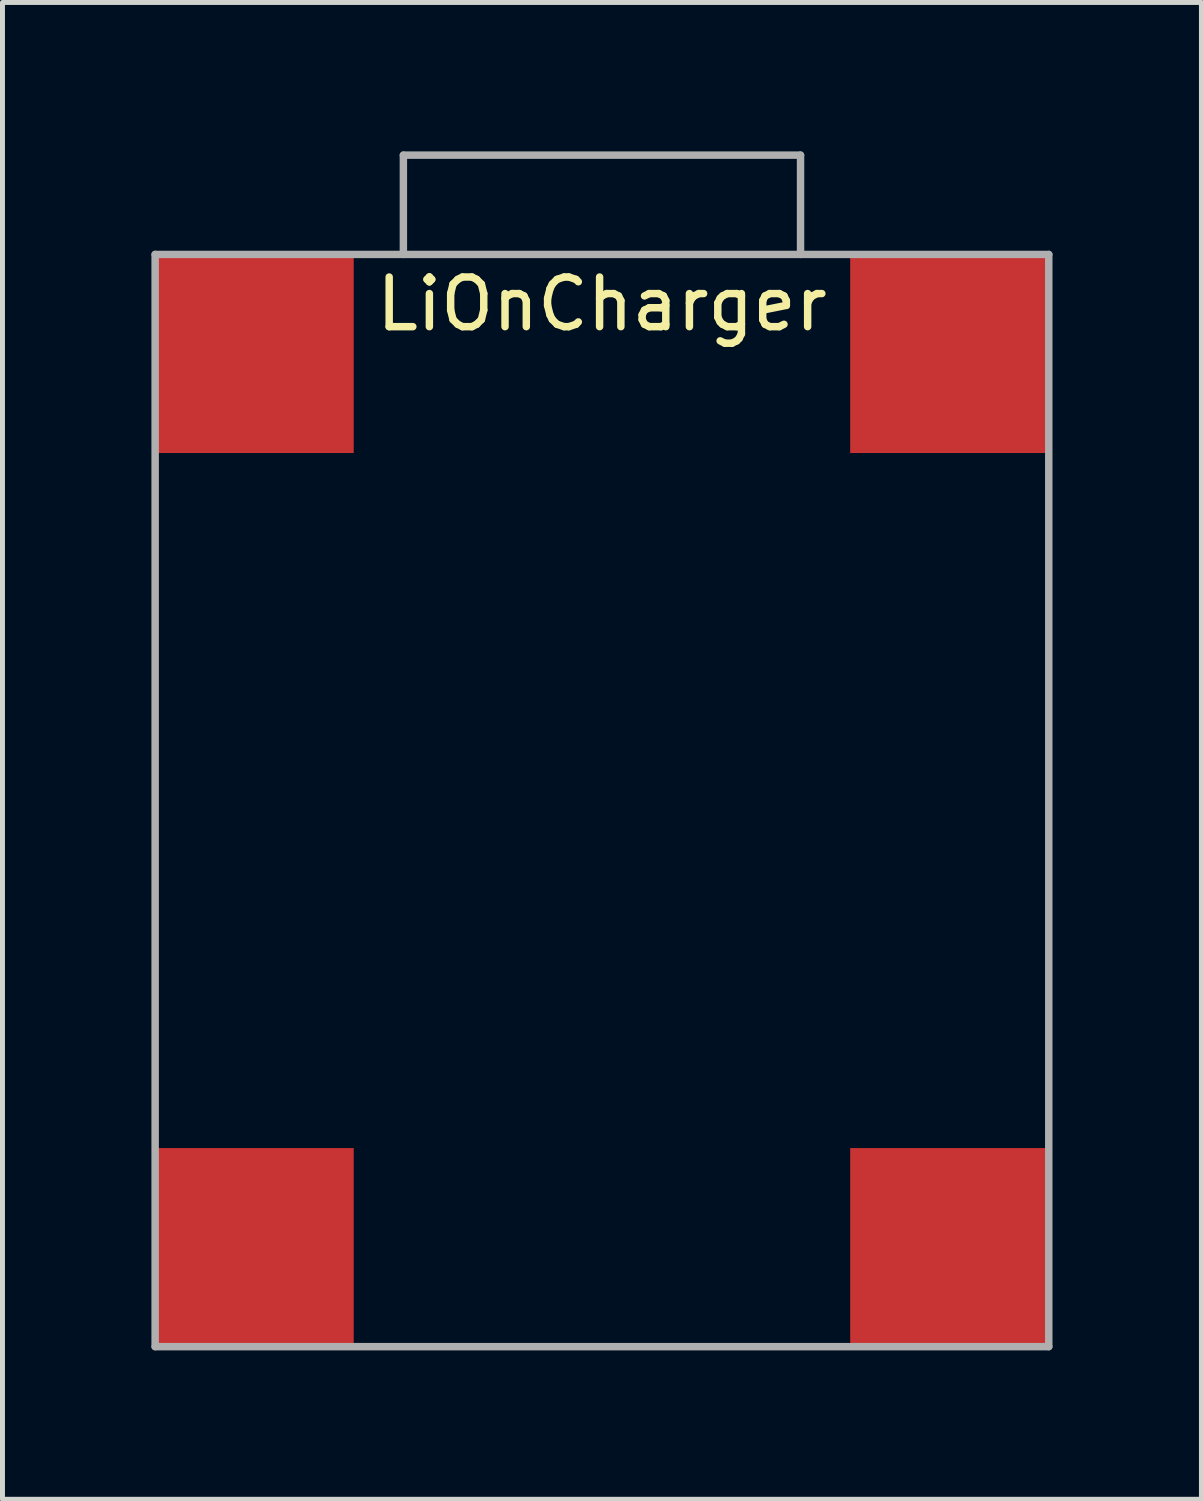
<source format=kicad_pcb>
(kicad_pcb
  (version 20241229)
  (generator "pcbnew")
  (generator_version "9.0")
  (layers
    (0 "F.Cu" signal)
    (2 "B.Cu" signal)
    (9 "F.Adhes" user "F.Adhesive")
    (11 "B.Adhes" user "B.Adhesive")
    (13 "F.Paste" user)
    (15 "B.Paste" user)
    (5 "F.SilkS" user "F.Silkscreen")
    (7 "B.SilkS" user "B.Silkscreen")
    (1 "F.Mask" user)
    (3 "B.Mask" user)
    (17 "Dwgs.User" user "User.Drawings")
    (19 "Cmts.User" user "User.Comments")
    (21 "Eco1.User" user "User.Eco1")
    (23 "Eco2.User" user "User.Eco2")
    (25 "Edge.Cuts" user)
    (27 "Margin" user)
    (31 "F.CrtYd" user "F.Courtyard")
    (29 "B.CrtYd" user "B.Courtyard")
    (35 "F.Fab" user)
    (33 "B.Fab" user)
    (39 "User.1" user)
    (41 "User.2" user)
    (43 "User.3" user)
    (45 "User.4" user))
  (footprint "LiOnCharger"
    (layer "F.Cu")
    (at 9.075 13.075)
    (property "Reference" "LiOnCharger" (at 0 -10 0) (layer "F.SilkS") (effects (font (size 1 1) (thickness 0.15))))
    (attr through_hole)
    (fp_line (start -9 -11) (end -9 11) (stroke (width 0.15) (type solid)) (layer "F.Fab"))
    (fp_line (start -9 11) (end 9 11) (stroke (width 0.15) (type solid)) (layer "F.Fab"))
    (fp_line (start -4 -13) (end -4 -11) (stroke (width 0.15) (type solid)) (layer "F.Fab"))
    (fp_line (start 4 -13) (end -4 -13) (stroke (width 0.15) (type solid)) (layer "F.Fab"))
    (fp_line (start 4 -11) (end 4 -13) (stroke (width 0.15) (type solid)) (layer "F.Fab"))
    (fp_line (start 9 -11) (end -9 -11) (stroke (width 0.15) (type solid)) (layer "F.Fab"))
    (fp_line (start 9 11) (end 9 -11) (stroke (width 0.15) (type solid)) (layer "F.Fab"))
    (pad "1" smd rect (at 7 -9) (size 4 4) (layers "F.Cu" "F.Mask" "F.Paste"))
    (pad "2" smd rect (at -7 -9) (size 4 4) (layers "F.Cu" "F.Mask" "F.Paste"))
    (pad "3" smd rect (at -7 9) (size 4 4) (layers "F.Cu" "F.Mask" "F.Paste"))
    (pad "4" smd rect (at 7 9) (size 4 4) (layers "F.Cu" "F.Mask" "F.Paste")))
  (gr_rect
    (start -3 -3)
    (end 21.15 27.15)
    (stroke (width 0.1) (type default))
    (fill no)
    (layer "Edge.Cuts")))
</source>
